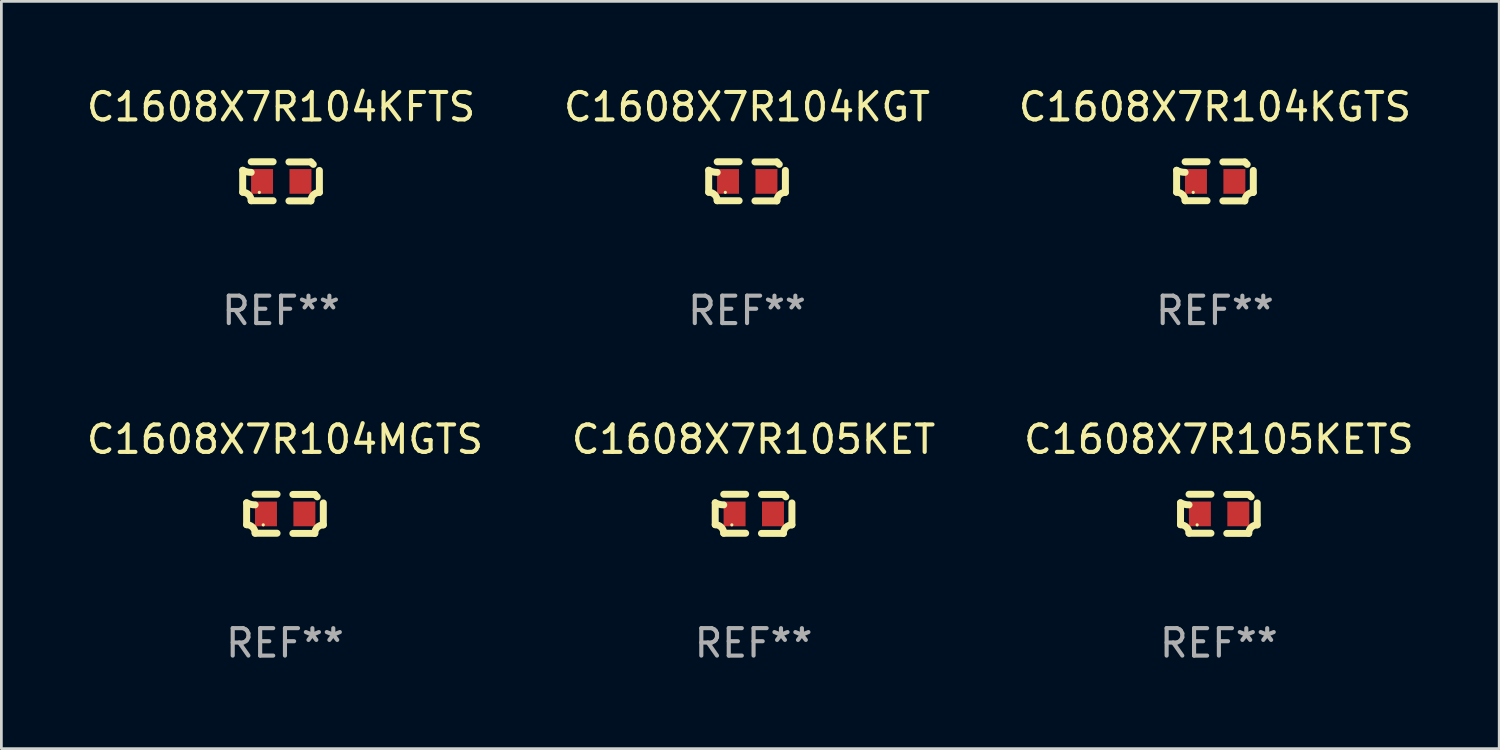
<source format=kicad_pcb>
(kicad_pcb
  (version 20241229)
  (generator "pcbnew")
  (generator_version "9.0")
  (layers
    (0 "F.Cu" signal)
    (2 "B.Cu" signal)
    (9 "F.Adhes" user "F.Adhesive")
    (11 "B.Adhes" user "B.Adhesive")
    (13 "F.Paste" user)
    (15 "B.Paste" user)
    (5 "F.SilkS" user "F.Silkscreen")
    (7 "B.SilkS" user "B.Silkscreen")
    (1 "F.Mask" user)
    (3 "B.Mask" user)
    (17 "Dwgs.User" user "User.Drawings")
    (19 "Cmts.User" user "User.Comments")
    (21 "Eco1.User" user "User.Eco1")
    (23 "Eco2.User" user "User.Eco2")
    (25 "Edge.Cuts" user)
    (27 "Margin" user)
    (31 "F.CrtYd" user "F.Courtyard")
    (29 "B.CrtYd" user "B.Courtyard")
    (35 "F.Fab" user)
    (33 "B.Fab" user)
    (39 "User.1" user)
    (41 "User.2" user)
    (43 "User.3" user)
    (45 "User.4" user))
  (footprint "C1608X7R104KGT"
    (layer "F.Cu")
    (at 24.185 3.561)
    (property "Reference" "C1608X7R104KGT" (at 0 -2.713 0) (layer "F.SilkS") (effects (font (size 1 1) (thickness 0.15))))
    (attr through_hole)
    (fp_line (start -1.398 -0.403) (end -1.398 0.397) (stroke (width 0.254) (type solid)) (layer "F.SilkS"))
    (fp_line (start -0.288 -0.713) (end -1.088 -0.713) (stroke (width 0.254) (type solid)) (layer "F.SilkS"))
    (fp_line (start -0.288 0.707) (end -1.088 0.707) (stroke (width 0.254) (type solid)) (layer "F.SilkS"))
    (fp_line (start 0.288 -0.707) (end 1.088 -0.707) (stroke (width 0.254) (type solid)) (layer "F.SilkS"))
    (fp_line (start 0.288 0.713) (end 1.088 0.713) (stroke (width 0.254) (type solid)) (layer "F.SilkS"))
    (fp_line (start 1.398 -0.397) (end 1.398 0.403) (stroke (width 0.254) (type solid)) (layer "F.SilkS"))
    (fp_arc (start -1.397789 0.397066) (mid -1.178701 0.487826) (end -1.08796 0.706922) (stroke (width 0.254001) (type solid)) (layer "F.SilkS"))
    (fp_arc (start -1.08796 -0.327176) (mid -1.247436 -0.346384) (end -1.39779 -0.402908) (stroke (width 0.254001) (type solid)) (layer "F.SilkS"))
    (fp_arc (start 1.087909 0.712738) (mid 1.178656 0.493655) (end 1.397739 0.402908) (stroke (width 0.254001) (type solid)) (layer "F.SilkS"))
    (fp_arc (start 1.175925 -0.618926) (mid 1.131917 -0.662923) (end 1.08791 -0.706922) (stroke (width 0.254001) (type solid)) (layer "F.SilkS"))
    (fp_circle (center -0.792 0.403) (end -0.762 0.403) (stroke (width 0.06) (type solid)) (fill no) (layer "F.SilkS"))
    (fp_text user "REF**" (at 0 4.713 0) (layer "F.Fab") (effects (font (size 1 1) (thickness 0.15))))
    (pad "1" smd rect (at -0.692 0.003) (size 0.8 0.9) (layers "F.Cu" "F.Mask" "F.Paste"))
    (pad "2" smd rect (at 0.708 0.003) (size 0.8 0.9) (layers "F.Cu" "F.Mask" "F.Paste")))
  (footprint "C1608X7R105KETS"
    (layer "F.Cu")
    (at 41.387 15.683)
    (property "Reference" "C1608X7R105KETS" (at 0 -2.713 0) (layer "F.SilkS") (effects (font (size 1 1) (thickness 0.15))))
    (attr through_hole)
    (fp_line (start -1.398 -0.403) (end -1.398 0.397) (stroke (width 0.254) (type solid)) (layer "F.SilkS"))
    (fp_line (start -0.288 -0.713) (end -1.088 -0.713) (stroke (width 0.254) (type solid)) (layer "F.SilkS"))
    (fp_line (start -0.288 0.707) (end -1.088 0.707) (stroke (width 0.254) (type solid)) (layer "F.SilkS"))
    (fp_line (start 0.288 -0.707) (end 1.088 -0.707) (stroke (width 0.254) (type solid)) (layer "F.SilkS"))
    (fp_line (start 0.288 0.713) (end 1.088 0.713) (stroke (width 0.254) (type solid)) (layer "F.SilkS"))
    (fp_line (start 1.398 -0.397) (end 1.398 0.403) (stroke (width 0.254) (type solid)) (layer "F.SilkS"))
    (fp_arc (start -1.397789 0.397066) (mid -1.178701 0.487826) (end -1.08796 0.706922) (stroke (width 0.254001) (type solid)) (layer "F.SilkS"))
    (fp_arc (start -1.08796 -0.327176) (mid -1.247436 -0.346384) (end -1.39779 -0.402908) (stroke (width 0.254001) (type solid)) (layer "F.SilkS"))
    (fp_arc (start 1.087909 0.712738) (mid 1.178656 0.493655) (end 1.397739 0.402908) (stroke (width 0.254001) (type solid)) (layer "F.SilkS"))
    (fp_arc (start 1.175925 -0.618926) (mid 1.131917 -0.662923) (end 1.08791 -0.706922) (stroke (width 0.254001) (type solid)) (layer "F.SilkS"))
    (fp_circle (center -0.792 0.403) (end -0.762 0.403) (stroke (width 0.06) (type solid)) (fill no) (layer "F.SilkS"))
    (fp_text user "REF**" (at 0 4.713 0) (layer "F.Fab") (effects (font (size 1 1) (thickness 0.15))))
    (pad "1" smd rect (at -0.692 0.003) (size 0.8 0.9) (layers "F.Cu" "F.Mask" "F.Paste"))
    (pad "2" smd rect (at 0.708 0.003) (size 0.8 0.9) (layers "F.Cu" "F.Mask" "F.Paste")))
  (footprint "C1608X7R104KGTS"
    (layer "F.Cu")
    (at 41.244 3.561)
    (property "Reference" "C1608X7R104KGTS" (at 0 -2.713 0) (layer "F.SilkS") (effects (font (size 1 1) (thickness 0.15))))
    (attr through_hole)
    (fp_line (start -1.398 -0.403) (end -1.398 0.397) (stroke (width 0.254) (type solid)) (layer "F.SilkS"))
    (fp_line (start -0.288 -0.713) (end -1.088 -0.713) (stroke (width 0.254) (type solid)) (layer "F.SilkS"))
    (fp_line (start -0.288 0.707) (end -1.088 0.707) (stroke (width 0.254) (type solid)) (layer "F.SilkS"))
    (fp_line (start 0.288 -0.707) (end 1.088 -0.707) (stroke (width 0.254) (type solid)) (layer "F.SilkS"))
    (fp_line (start 0.288 0.713) (end 1.088 0.713) (stroke (width 0.254) (type solid)) (layer "F.SilkS"))
    (fp_line (start 1.398 -0.397) (end 1.398 0.403) (stroke (width 0.254) (type solid)) (layer "F.SilkS"))
    (fp_arc (start -1.397789 0.397066) (mid -1.178701 0.487826) (end -1.08796 0.706922) (stroke (width 0.254001) (type solid)) (layer "F.SilkS"))
    (fp_arc (start -1.08796 -0.327176) (mid -1.247436 -0.346384) (end -1.39779 -0.402908) (stroke (width 0.254001) (type solid)) (layer "F.SilkS"))
    (fp_arc (start 1.087909 0.712738) (mid 1.178656 0.493655) (end 1.397739 0.402908) (stroke (width 0.254001) (type solid)) (layer "F.SilkS"))
    (fp_arc (start 1.175925 -0.618926) (mid 1.131917 -0.662923) (end 1.08791 -0.706922) (stroke (width 0.254001) (type solid)) (layer "F.SilkS"))
    (fp_circle (center -0.792 0.403) (end -0.762 0.403) (stroke (width 0.06) (type solid)) (fill no) (layer "F.SilkS"))
    (fp_text user "REF**" (at 0 4.713 0) (layer "F.Fab") (effects (font (size 1 1) (thickness 0.15))))
    (pad "1" smd rect (at -0.692 0.003) (size 0.8 0.9) (layers "F.Cu" "F.Mask" "F.Paste"))
    (pad "2" smd rect (at 0.708 0.003) (size 0.8 0.9) (layers "F.Cu" "F.Mask" "F.Paste")))
  (footprint "C1608X7R104MGTS"
    (layer "F.Cu")
    (at 7.339 15.683)
    (property "Reference" "C1608X7R104MGTS" (at 0 -2.713 0) (layer "F.SilkS") (effects (font (size 1 1) (thickness 0.15))))
    (attr through_hole)
    (fp_line (start -1.398 -0.403) (end -1.398 0.397) (stroke (width 0.254) (type solid)) (layer "F.SilkS"))
    (fp_line (start -0.288 -0.713) (end -1.088 -0.713) (stroke (width 0.254) (type solid)) (layer "F.SilkS"))
    (fp_line (start -0.288 0.707) (end -1.088 0.707) (stroke (width 0.254) (type solid)) (layer "F.SilkS"))
    (fp_line (start 0.288 -0.707) (end 1.088 -0.707) (stroke (width 0.254) (type solid)) (layer "F.SilkS"))
    (fp_line (start 0.288 0.713) (end 1.088 0.713) (stroke (width 0.254) (type solid)) (layer "F.SilkS"))
    (fp_line (start 1.398 -0.397) (end 1.398 0.403) (stroke (width 0.254) (type solid)) (layer "F.SilkS"))
    (fp_arc (start -1.397789 0.397066) (mid -1.178701 0.487826) (end -1.08796 0.706922) (stroke (width 0.254001) (type solid)) (layer "F.SilkS"))
    (fp_arc (start -1.08796 -0.327176) (mid -1.247436 -0.346384) (end -1.39779 -0.402908) (stroke (width 0.254001) (type solid)) (layer "F.SilkS"))
    (fp_arc (start 1.087909 0.712738) (mid 1.178656 0.493655) (end 1.397739 0.402908) (stroke (width 0.254001) (type solid)) (layer "F.SilkS"))
    (fp_arc (start 1.175925 -0.618926) (mid 1.131917 -0.662923) (end 1.08791 -0.706922) (stroke (width 0.254001) (type solid)) (layer "F.SilkS"))
    (fp_circle (center -0.792 0.403) (end -0.762 0.403) (stroke (width 0.06) (type solid)) (fill no) (layer "F.SilkS"))
    (fp_text user "REF**" (at 0 4.713 0) (layer "F.Fab") (effects (font (size 1 1) (thickness 0.15))))
    (pad "1" smd rect (at -0.692 0.003) (size 0.8 0.9) (layers "F.Cu" "F.Mask" "F.Paste"))
    (pad "2" smd rect (at 0.708 0.003) (size 0.8 0.9) (layers "F.Cu" "F.Mask" "F.Paste")))
  (footprint "C1608X7R105KET"
    (layer "F.Cu")
    (at 24.423 15.683)
    (property "Reference" "C1608X7R105KET" (at 0 -2.713 0) (layer "F.SilkS") (effects (font (size 1 1) (thickness 0.15))))
    (attr through_hole)
    (fp_line (start -1.398 -0.403) (end -1.398 0.397) (stroke (width 0.254) (type solid)) (layer "F.SilkS"))
    (fp_line (start -0.288 -0.713) (end -1.088 -0.713) (stroke (width 0.254) (type solid)) (layer "F.SilkS"))
    (fp_line (start -0.288 0.707) (end -1.088 0.707) (stroke (width 0.254) (type solid)) (layer "F.SilkS"))
    (fp_line (start 0.288 -0.707) (end 1.088 -0.707) (stroke (width 0.254) (type solid)) (layer "F.SilkS"))
    (fp_line (start 0.288 0.713) (end 1.088 0.713) (stroke (width 0.254) (type solid)) (layer "F.SilkS"))
    (fp_line (start 1.398 -0.397) (end 1.398 0.403) (stroke (width 0.254) (type solid)) (layer "F.SilkS"))
    (fp_arc (start -1.397789 0.397066) (mid -1.178701 0.487826) (end -1.08796 0.706922) (stroke (width 0.254001) (type solid)) (layer "F.SilkS"))
    (fp_arc (start -1.08796 -0.327176) (mid -1.247436 -0.346384) (end -1.39779 -0.402908) (stroke (width 0.254001) (type solid)) (layer "F.SilkS"))
    (fp_arc (start 1.087909 0.712738) (mid 1.178656 0.493655) (end 1.397739 0.402908) (stroke (width 0.254001) (type solid)) (layer "F.SilkS"))
    (fp_arc (start 1.175925 -0.618926) (mid 1.131917 -0.662923) (end 1.08791 -0.706922) (stroke (width 0.254001) (type solid)) (layer "F.SilkS"))
    (fp_circle (center -0.792 0.403) (end -0.762 0.403) (stroke (width 0.06) (type solid)) (fill no) (layer "F.SilkS"))
    (fp_text user "REF**" (at 0 4.713 0) (layer "F.Fab") (effects (font (size 1 1) (thickness 0.15))))
    (pad "1" smd rect (at -0.692 0.003) (size 0.8 0.9) (layers "F.Cu" "F.Mask" "F.Paste"))
    (pad "2" smd rect (at 0.708 0.003) (size 0.8 0.9) (layers "F.Cu" "F.Mask" "F.Paste")))
  (footprint "C1608X7R104KFTS"
    (layer "F.Cu")
    (at 7.196 3.561)
    (property "Reference" "C1608X7R104KFTS" (at 0 -2.713 0) (layer "F.SilkS") (effects (font (size 1 1) (thickness 0.15))))
    (attr through_hole)
    (fp_line (start -1.398 -0.403) (end -1.398 0.397) (stroke (width 0.254) (type solid)) (layer "F.SilkS"))
    (fp_line (start -0.288 -0.713) (end -1.088 -0.713) (stroke (width 0.254) (type solid)) (layer "F.SilkS"))
    (fp_line (start -0.288 0.707) (end -1.088 0.707) (stroke (width 0.254) (type solid)) (layer "F.SilkS"))
    (fp_line (start 0.288 -0.707) (end 1.088 -0.707) (stroke (width 0.254) (type solid)) (layer "F.SilkS"))
    (fp_line (start 0.288 0.713) (end 1.088 0.713) (stroke (width 0.254) (type solid)) (layer "F.SilkS"))
    (fp_line (start 1.398 -0.397) (end 1.398 0.403) (stroke (width 0.254) (type solid)) (layer "F.SilkS"))
    (fp_arc (start -1.397789 0.397066) (mid -1.178701 0.487826) (end -1.08796 0.706922) (stroke (width 0.254001) (type solid)) (layer "F.SilkS"))
    (fp_arc (start -1.08796 -0.327176) (mid -1.247436 -0.346384) (end -1.39779 -0.402908) (stroke (width 0.254001) (type solid)) (layer "F.SilkS"))
    (fp_arc (start 1.087909 0.712738) (mid 1.178656 0.493655) (end 1.397739 0.402908) (stroke (width 0.254001) (type solid)) (layer "F.SilkS"))
    (fp_arc (start 1.175925 -0.618926) (mid 1.131917 -0.662923) (end 1.08791 -0.706922) (stroke (width 0.254001) (type solid)) (layer "F.SilkS"))
    (fp_circle (center -0.792 0.403) (end -0.762 0.403) (stroke (width 0.06) (type solid)) (fill no) (layer "F.SilkS"))
    (fp_text user "REF**" (at 0 4.713 0) (layer "F.Fab") (effects (font (size 1 1) (thickness 0.15))))
    (pad "1" smd rect (at -0.692 0.003) (size 0.8 0.9) (layers "F.Cu" "F.Mask" "F.Paste"))
    (pad "2" smd rect (at 0.708 0.003) (size 0.8 0.9) (layers "F.Cu" "F.Mask" "F.Paste")))
  (gr_rect
    (start -3 -3)
    (end 51.607 24.244)
    (stroke (width 0.1) (type default))
    (fill no)
    (layer "Edge.Cuts")))
</source>
